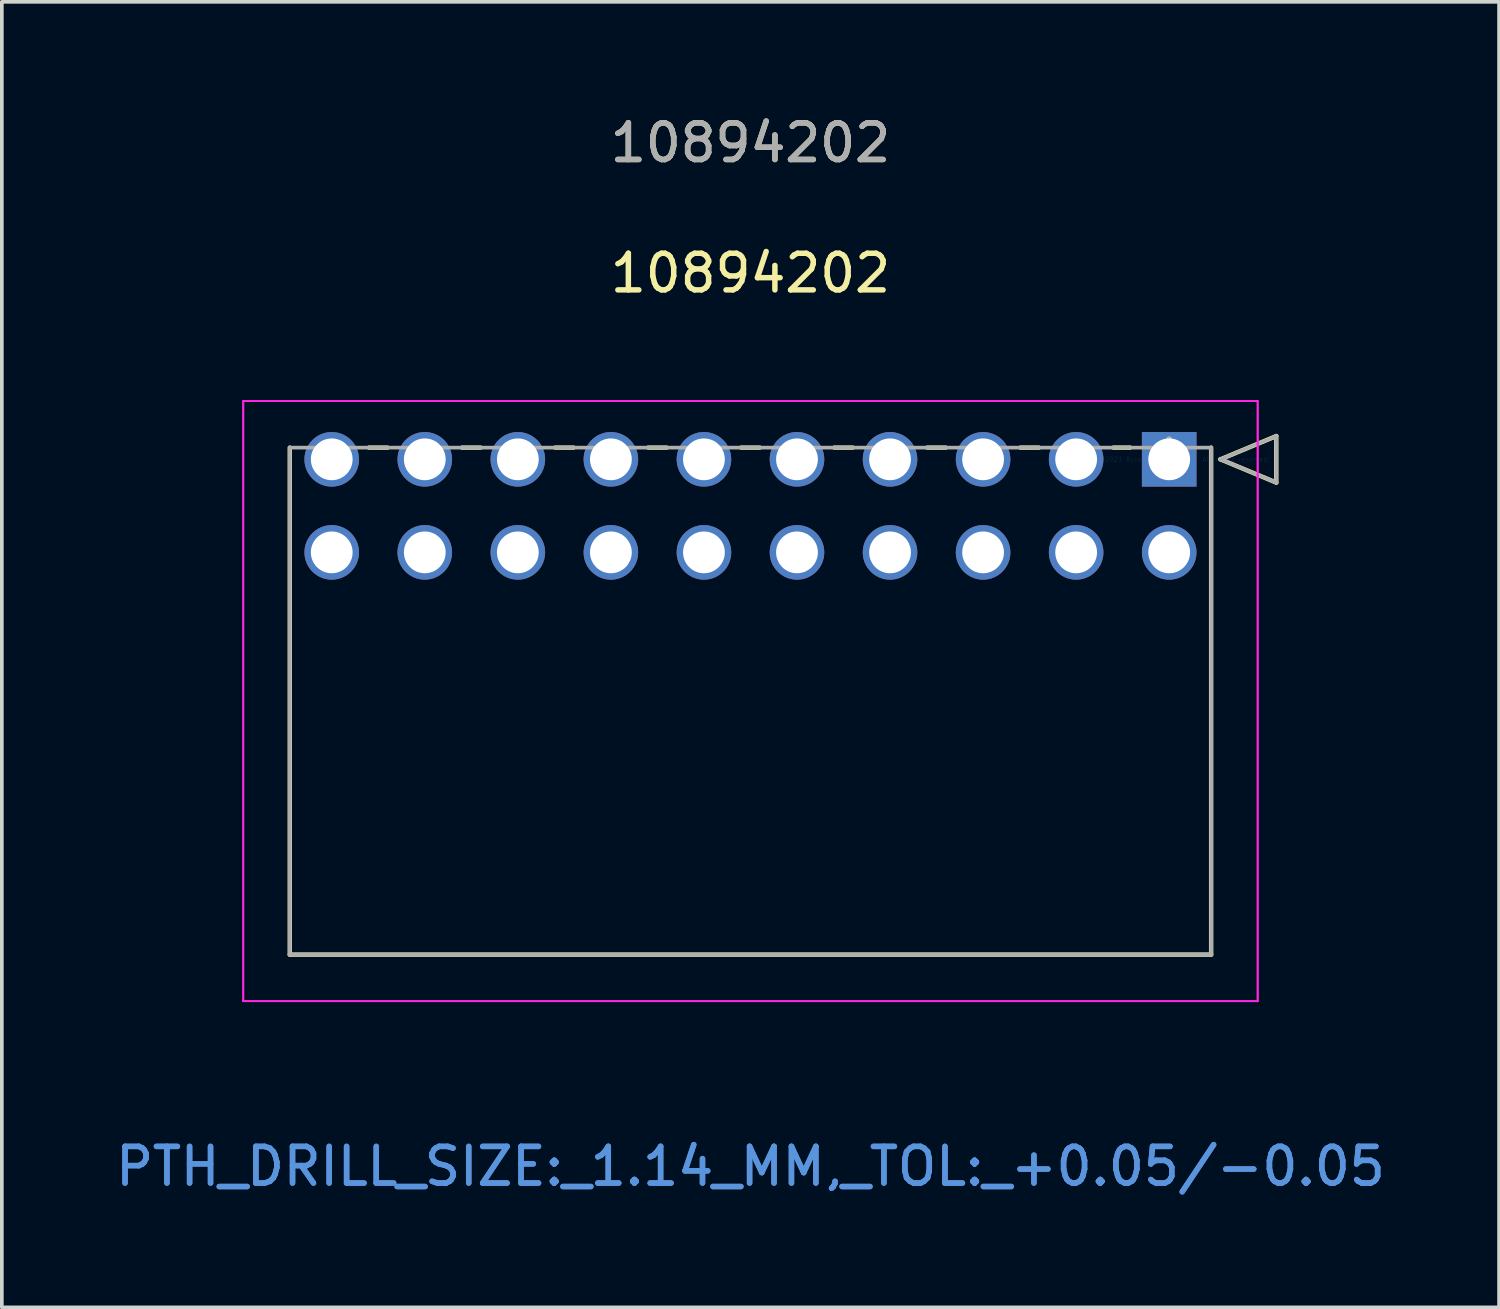
<source format=kicad_pcb>
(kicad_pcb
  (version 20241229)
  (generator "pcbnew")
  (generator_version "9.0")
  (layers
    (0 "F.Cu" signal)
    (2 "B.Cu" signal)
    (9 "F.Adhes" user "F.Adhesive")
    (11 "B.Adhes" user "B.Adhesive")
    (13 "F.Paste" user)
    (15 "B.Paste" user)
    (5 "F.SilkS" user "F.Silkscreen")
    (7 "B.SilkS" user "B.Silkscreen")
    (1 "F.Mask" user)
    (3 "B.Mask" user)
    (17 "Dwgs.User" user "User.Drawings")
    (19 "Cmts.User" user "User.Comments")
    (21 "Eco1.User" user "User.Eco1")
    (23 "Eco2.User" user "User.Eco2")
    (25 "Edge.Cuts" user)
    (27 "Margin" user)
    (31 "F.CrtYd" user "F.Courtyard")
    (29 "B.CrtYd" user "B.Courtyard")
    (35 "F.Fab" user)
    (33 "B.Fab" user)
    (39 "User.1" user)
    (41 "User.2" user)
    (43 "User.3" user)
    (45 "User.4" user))
  (footprint "10894202"
    (layer "F.Cu")
    (at 28.865 9.488)
    (property "Reference" "10894202" (at -11.43 -5.08 0) (layer "F.SilkS") (effects (font (size 1 1) (thickness 0.15))))
    (attr through_hole)
    (fp_line (start -24.005 -0.32) (end -24.005 13.52) (stroke (width 0.12) (type solid)) (layer "F.SilkS"))
    (fp_line (start -24.005 13.52) (end 1.145 13.52) (stroke (width 0.12) (type solid)) (layer "F.SilkS"))
    (fp_line (start -21.336 -0.32) (end -21.844 -0.32) (stroke (width 0.12) (type solid)) (layer "F.SilkS"))
    (fp_line (start -18.796 -0.32) (end -19.304 -0.32) (stroke (width 0.12) (type solid)) (layer "F.SilkS"))
    (fp_line (start -16.256 -0.32) (end -16.764 -0.32) (stroke (width 0.12) (type solid)) (layer "F.SilkS"))
    (fp_line (start -13.716 -0.32) (end -14.224 -0.32) (stroke (width 0.12) (type solid)) (layer "F.SilkS"))
    (fp_line (start -11.176 -0.32) (end -11.684 -0.32) (stroke (width 0.12) (type solid)) (layer "F.SilkS"))
    (fp_line (start -8.636 -0.32) (end -9.144 -0.32) (stroke (width 0.12) (type solid)) (layer "F.SilkS"))
    (fp_line (start -6.096 -0.32) (end -6.604 -0.32) (stroke (width 0.12) (type solid)) (layer "F.SilkS"))
    (fp_line (start -3.556 -0.32) (end -4.064 -0.32) (stroke (width 0.12) (type solid)) (layer "F.SilkS"))
    (fp_line (start -1.065 -0.32) (end -1.524 -0.32) (stroke (width 0.12) (type solid)) (layer "F.SilkS"))
    (fp_line (start 1.145 13.52) (end 1.145 -0.32) (stroke (width 0.12) (type solid)) (layer "F.SilkS"))
    (fp_line (start 1.399 0) (end 2.923 -0.635) (stroke (width 0.12) (type solid)) (layer "F.SilkS"))
    (fp_line (start 2.923 -0.635) (end 2.923 0.635) (stroke (width 0.12) (type solid)) (layer "F.SilkS"))
    (fp_line (start 2.923 0.635) (end 1.399 0) (stroke (width 0.12) (type solid)) (layer "F.SilkS"))
    (fp_line (start -25.275 -1.59) (end -25.275 14.79) (stroke (width 0.05) (type solid)) (layer "F.CrtYd"))
    (fp_line (start -25.275 -1.59) (end -25.275 14.79) (stroke (width 0.05) (type solid)) (layer "F.CrtYd"))
    (fp_line (start -25.275 14.79) (end 2.415 14.79) (stroke (width 0.05) (type solid)) (layer "F.CrtYd"))
    (fp_line (start -25.275 14.79) (end 2.415 14.79) (stroke (width 0.05) (type solid)) (layer "F.CrtYd"))
    (fp_line (start 2.415 -1.59) (end -25.275 -1.59) (stroke (width 0.05) (type solid)) (layer "F.CrtYd"))
    (fp_line (start 2.415 -1.59) (end -25.275 -1.59) (stroke (width 0.05) (type solid)) (layer "F.CrtYd"))
    (fp_line (start 2.415 14.79) (end 2.415 -1.59) (stroke (width 0.05) (type solid)) (layer "F.CrtYd"))
    (fp_line (start 2.415 14.79) (end 2.415 -1.59) (stroke (width 0.05) (type solid)) (layer "F.CrtYd"))
    (fp_line (start -24.005 -0.32) (end -24.005 13.52) (stroke (width 0.1) (type solid)) (layer "F.Fab"))
    (fp_line (start -24.005 13.52) (end 1.145 13.52) (stroke (width 0.1) (type solid)) (layer "F.Fab"))
    (fp_line (start 1.145 -0.32) (end -24.005 -0.32) (stroke (width 0.1) (type solid)) (layer "F.Fab"))
    (fp_line (start 1.145 13.52) (end 1.145 -0.32) (stroke (width 0.1) (type solid)) (layer "F.Fab"))
    (fp_line (start 1.399 0) (end 2.923 -0.635) (stroke (width 0.1) (type solid)) (layer "F.Fab"))
    (fp_line (start 2.923 -0.635) (end 2.923 0.635) (stroke (width 0.1) (type solid)) (layer "F.Fab"))
    (fp_line (start 2.923 0.635) (end 1.399 0) (stroke (width 0.1) (type solid)) (layer "F.Fab"))
    (fp_text user "10894202" (at -11.43 -8.64 0) (layer "F.SilkS") (effects (font (size 1 1) (thickness 0.15))))
    (fp_text user "*" (at 0 0 0) (layer "F.SilkS") (effects (font (size 1 1) (thickness 0.15))))
    (fp_text user "PTH_DRILL_SIZE:_1.14_MM,_TOL:_+0.05/-0.05" (at -11.43 19.3 0) (layer "Cmts.User") (effects (font (size 1 1) (thickness 0.15))))
    (fp_text user "Copyright 2021 Accelerated Designs. All rights reserved." (at 0 0 0) (layer "Cmts.User") (effects (font (size 0.127 0.127) (thickness 0.002))))
    (fp_text user "PTH_DRILL_SIZE:_1.14_MM,_TOL:_+0.05/-0.05" (at -11.43 19.3 0) (layer "Cmts.User") (effects (font (size 1 1) (thickness 0.15))))
    (fp_text user "10894202" (at -11.43 -8.64 0) (layer "F.Fab") (effects (font (size 1 1) (thickness 0.15))))
    (fp_text user "*" (at 0 0 0) (layer "F.Fab") (effects (font (size 1 1) (thickness 0.15))))
    (pad "1" thru_hole rect (at 0 0 90) (size 1.49 1.49) (drill 1.14) (layers "*.Cu" "*.Mask"))
    (pad "2" thru_hole circle (at 0 2.54 90) (size 1.49 1.49) (drill 1.14) (layers "*.Cu" "*.Mask"))
    (pad "3" thru_hole circle (at -2.54 0) (size 1.49 1.49) (drill 1.14) (layers "*.Cu" "*.Mask"))
    (pad "4" thru_hole circle (at -2.54 2.54) (size 1.49 1.49) (drill 1.14) (layers "*.Cu" "*.Mask"))
    (pad "5" thru_hole circle (at -5.08 0) (size 1.49 1.49) (drill 1.14) (layers "*.Cu" "*.Mask"))
    (pad "6" thru_hole circle (at -5.08 2.54) (size 1.49 1.49) (drill 1.14) (layers "*.Cu" "*.Mask"))
    (pad "7" thru_hole circle (at -7.62 0) (size 1.49 1.49) (drill 1.14) (layers "*.Cu" "*.Mask"))
    (pad "8" thru_hole circle (at -7.62 2.54) (size 1.49 1.49) (drill 1.14) (layers "*.Cu" "*.Mask"))
    (pad "9" thru_hole circle (at -10.16 0) (size 1.49 1.49) (drill 1.14) (layers "*.Cu" "*.Mask"))
    (pad "10" thru_hole circle (at -10.16 2.54) (size 1.49 1.49) (drill 1.14) (layers "*.Cu" "*.Mask"))
    (pad "11" thru_hole circle (at -12.7 0) (size 1.49 1.49) (drill 1.14) (layers "*.Cu" "*.Mask"))
    (pad "12" thru_hole circle (at -12.7 2.54) (size 1.49 1.49) (drill 1.14) (layers "*.Cu" "*.Mask"))
    (pad "13" thru_hole circle (at -15.24 0) (size 1.49 1.49) (drill 1.14) (layers "*.Cu" "*.Mask"))
    (pad "14" thru_hole circle (at -15.24 2.54) (size 1.49 1.49) (drill 1.14) (layers "*.Cu" "*.Mask"))
    (pad "15" thru_hole circle (at -17.78 0) (size 1.49 1.49) (drill 1.14) (layers "*.Cu" "*.Mask"))
    (pad "16" thru_hole circle (at -17.78 2.54) (size 1.49 1.49) (drill 1.14) (layers "*.Cu" "*.Mask"))
    (pad "17" thru_hole circle (at -20.32 0) (size 1.49 1.49) (drill 1.14) (layers "*.Cu" "*.Mask"))
    (pad "18" thru_hole circle (at -20.32 2.54) (size 1.49 1.49) (drill 1.14) (layers "*.Cu" "*.Mask"))
    (pad "19" thru_hole circle (at -22.86 0) (size 1.49 1.49) (drill 1.14) (layers "*.Cu" "*.Mask"))
    (pad "20" thru_hole circle (at -22.86 2.54) (size 1.49 1.49) (drill 1.14) (layers "*.Cu" "*.Mask")))
  (gr_rect
    (start -3 -3)
    (end 37.869 32.637)
    (stroke (width 0.1) (type default))
    (fill no)
    (layer "Edge.Cuts")))
</source>
